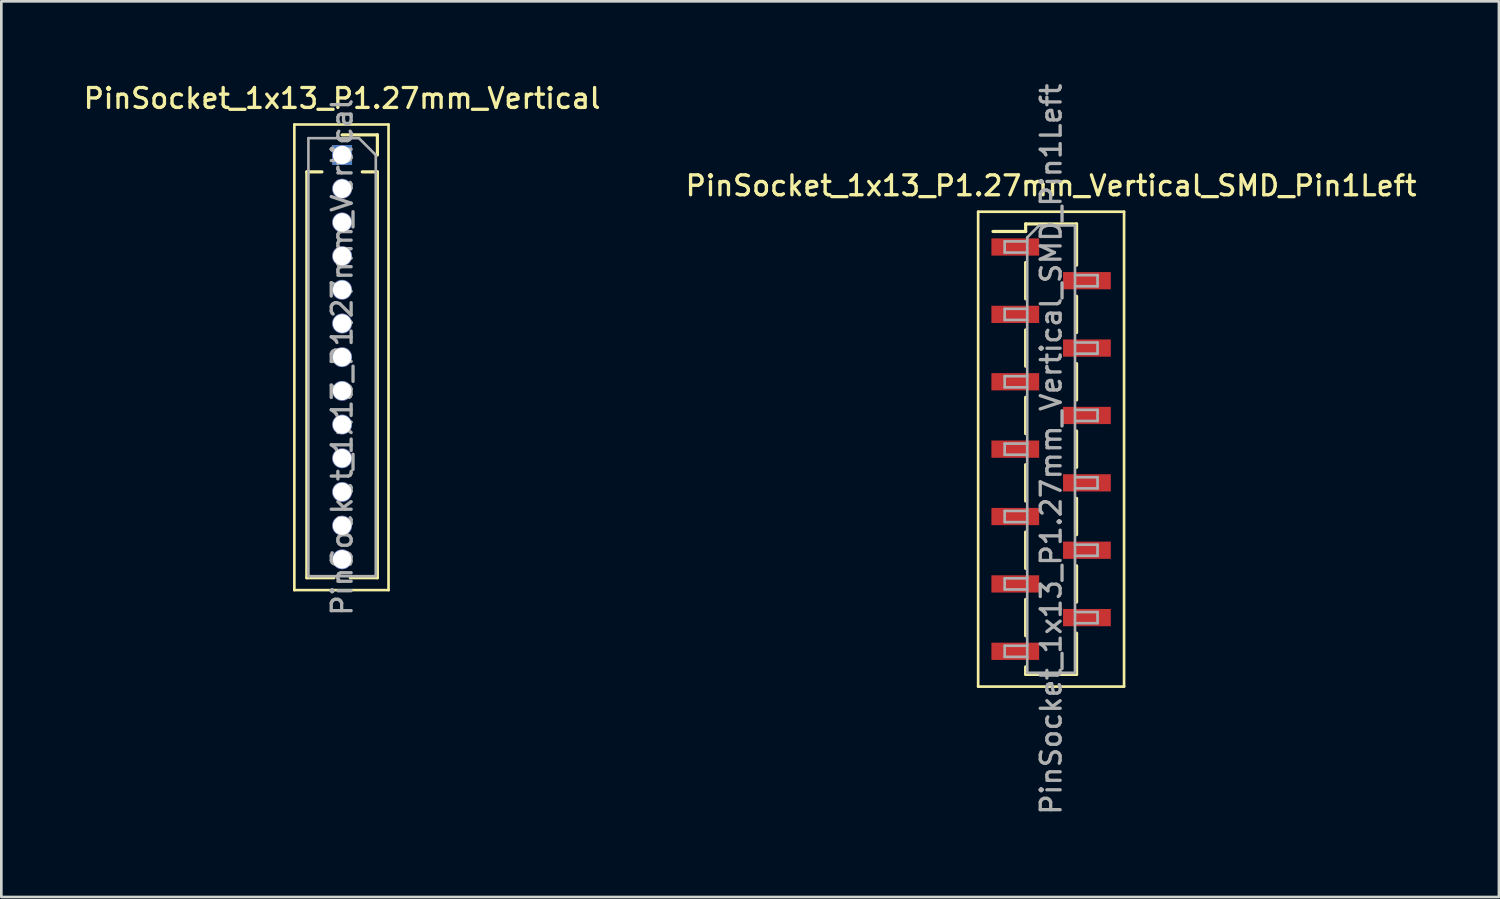
<source format=kicad_pcb>
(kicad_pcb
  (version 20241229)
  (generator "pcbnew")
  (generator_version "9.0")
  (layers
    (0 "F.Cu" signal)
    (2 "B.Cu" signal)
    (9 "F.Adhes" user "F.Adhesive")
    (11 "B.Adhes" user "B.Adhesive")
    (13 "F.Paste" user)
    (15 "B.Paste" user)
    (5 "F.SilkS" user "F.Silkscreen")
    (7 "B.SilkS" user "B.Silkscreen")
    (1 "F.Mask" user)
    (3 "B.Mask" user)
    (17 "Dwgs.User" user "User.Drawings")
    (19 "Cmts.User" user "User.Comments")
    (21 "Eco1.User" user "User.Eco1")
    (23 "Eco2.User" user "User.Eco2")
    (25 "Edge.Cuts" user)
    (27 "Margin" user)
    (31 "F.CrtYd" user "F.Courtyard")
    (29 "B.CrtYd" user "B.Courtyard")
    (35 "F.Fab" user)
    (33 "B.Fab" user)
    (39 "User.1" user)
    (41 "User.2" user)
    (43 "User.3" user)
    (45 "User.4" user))
  (footprint "PinSocket_1x13_P1.27mm_Vertical"
    (layer "F.Cu")
    (at 9.845 2.793)
    (property "Reference" "PinSocket_1x13_P1.27mm_Vertical" (at 0 -2.135 0) (layer "F.SilkS") (effects (font (size 0.75 0.75) (thickness 0.125))))
    (attr through_hole)
    (fp_line (start -1.8 -1.15) (end 1.75 -1.15) (stroke (width 0.1) (type solid)) (layer "F.SilkS"))
    (fp_line (start -1.8 16.4) (end -1.8 -1.15) (stroke (width 0.1) (type solid)) (layer "F.SilkS"))
    (fp_line (start -1.33 0.635) (end -1.33 15.935) (stroke (width 0.12) (type solid)) (layer "F.SilkS"))
    (fp_line (start -1.33 0.635) (end -0.76 0.635) (stroke (width 0.12) (type solid)) (layer "F.SilkS"))
    (fp_line (start -1.33 15.935) (end -0.308 15.935) (stroke (width 0.12) (type solid)) (layer "F.SilkS"))
    (fp_line (start 0 -0.76) (end 1.33 -0.76) (stroke (width 0.12) (type solid)) (layer "F.SilkS"))
    (fp_line (start 0.308 15.935) (end 1.33 15.935) (stroke (width 0.12) (type solid)) (layer "F.SilkS"))
    (fp_line (start 0.76 0.635) (end 1.33 0.635) (stroke (width 0.12) (type solid)) (layer "F.SilkS"))
    (fp_line (start 1.33 -0.76) (end 1.33 0) (stroke (width 0.12) (type solid)) (layer "F.SilkS"))
    (fp_line (start 1.33 0.635) (end 1.33 15.935) (stroke (width 0.12) (type solid)) (layer "F.SilkS"))
    (fp_line (start 1.75 -1.15) (end 1.75 16.4) (stroke (width 0.1) (type solid)) (layer "F.SilkS"))
    (fp_line (start 1.75 16.4) (end -1.8 16.4) (stroke (width 0.1) (type solid)) (layer "F.SilkS"))
    (fp_line (start -1.27 -0.635) (end 0.635 -0.635) (stroke (width 0.1) (type solid)) (layer "F.Fab"))
    (fp_line (start -1.27 15.875) (end -1.27 -0.635) (stroke (width 0.1) (type solid)) (layer "F.Fab"))
    (fp_line (start 0.635 -0.635) (end 1.27 0) (stroke (width 0.1) (type solid)) (layer "F.Fab"))
    (fp_line (start 1.27 0) (end 1.27 15.875) (stroke (width 0.1) (type solid)) (layer "F.Fab"))
    (fp_line (start 1.27 15.875) (end -1.27 15.875) (stroke (width 0.1) (type solid)) (layer "F.Fab"))
    (fp_text user "${REFERENCE}" (at 0 7.62 90) (layer "F.Fab") (effects (font (size 0.75 0.75) (thickness 0.125))))
    (pad "1" thru_hole rect (at 0 0) (size 0.75 0.75) (drill 0.7) (layers "*.Cu" "*.Mask"))
    (pad "2" thru_hole oval (at 0 1.27) (size 0.75 0.75) (drill 0.7) (layers "*.Cu" "*.Mask"))
    (pad "3" thru_hole oval (at 0 2.54) (size 0.75 0.75) (drill 0.7) (layers "*.Cu" "*.Mask"))
    (pad "4" thru_hole oval (at 0 3.81) (size 0.75 0.75) (drill 0.7) (layers "*.Cu" "*.Mask"))
    (pad "5" thru_hole oval (at 0 5.08) (size 0.75 0.75) (drill 0.7) (layers "*.Cu" "*.Mask"))
    (pad "6" thru_hole oval (at 0 6.35) (size 0.75 0.75) (drill 0.7) (layers "*.Cu" "*.Mask"))
    (pad "7" thru_hole oval (at 0 7.62) (size 0.75 0.75) (drill 0.7) (layers "*.Cu" "*.Mask"))
    (pad "8" thru_hole oval (at 0 8.89) (size 0.75 0.75) (drill 0.7) (layers "*.Cu" "*.Mask"))
    (pad "9" thru_hole oval (at 0 10.16) (size 0.75 0.75) (drill 0.7) (layers "*.Cu" "*.Mask"))
    (pad "10" thru_hole oval (at 0 11.43) (size 0.75 0.75) (drill 0.7) (layers "*.Cu" "*.Mask"))
    (pad "11" thru_hole oval (at 0 12.7) (size 0.75 0.75) (drill 0.7) (layers "*.Cu" "*.Mask"))
    (pad "12" thru_hole oval (at 0 13.97) (size 0.75 0.75) (drill 0.7) (layers "*.Cu" "*.Mask"))
    (pad "13" thru_hole oval (at 0 15.24) (size 0.75 0.75) (drill 0.7) (layers "*.Cu" "*.Mask")))
  (footprint "PinSocket_1x13_P1.27mm_Vertical_SMD_Pin1Left"
    (layer "F.Cu")
    (at 36.57 13.88)
    (property "Reference" "PinSocket_1x13_P1.27mm_Vertical_SMD_Pin1Left" (at 0 -9.93 0) (layer "F.SilkS") (effects (font (size 0.75 0.75) (thickness 0.125))))
    (attr smd)
    (fp_line (start -2.75 -8.95) (end 2.75 -8.95) (stroke (width 0.1) (type solid)) (layer "F.SilkS"))
    (fp_line (start -2.75 8.95) (end -2.75 -8.95) (stroke (width 0.1) (type solid)) (layer "F.SilkS"))
    (fp_line (start -2.19 -8.205) (end -0.96 -8.205) (stroke (width 0.12) (type solid)) (layer "F.SilkS"))
    (fp_line (start -0.96 -8.49) (end -0.96 -8.205) (stroke (width 0.12) (type solid)) (layer "F.SilkS"))
    (fp_line (start -0.96 -8.49) (end 0.96 -8.49) (stroke (width 0.12) (type solid)) (layer "F.SilkS"))
    (fp_line (start -0.96 -7.035) (end -0.96 -5.665) (stroke (width 0.12) (type solid)) (layer "F.SilkS"))
    (fp_line (start -0.96 -4.495) (end -0.96 -3.125) (stroke (width 0.12) (type solid)) (layer "F.SilkS"))
    (fp_line (start -0.96 -1.955) (end -0.96 -0.585) (stroke (width 0.12) (type solid)) (layer "F.SilkS"))
    (fp_line (start -0.96 0.585) (end -0.96 1.955) (stroke (width 0.12) (type solid)) (layer "F.SilkS"))
    (fp_line (start -0.96 3.125) (end -0.96 4.495) (stroke (width 0.12) (type solid)) (layer "F.SilkS"))
    (fp_line (start -0.96 5.665) (end -0.96 7.035) (stroke (width 0.12) (type solid)) (layer "F.SilkS"))
    (fp_line (start -0.96 8.205) (end -0.96 8.49) (stroke (width 0.12) (type solid)) (layer "F.SilkS"))
    (fp_line (start -0.96 8.49) (end 0.96 8.49) (stroke (width 0.12) (type solid)) (layer "F.SilkS"))
    (fp_line (start 0.96 -8.49) (end 0.96 -6.935) (stroke (width 0.12) (type solid)) (layer "F.SilkS"))
    (fp_line (start 0.96 -5.765) (end 0.96 -4.395) (stroke (width 0.12) (type solid)) (layer "F.SilkS"))
    (fp_line (start 0.96 -3.225) (end 0.96 -1.855) (stroke (width 0.12) (type solid)) (layer "F.SilkS"))
    (fp_line (start 0.96 -0.685) (end 0.96 0.685) (stroke (width 0.12) (type solid)) (layer "F.SilkS"))
    (fp_line (start 0.96 1.855) (end 0.96 3.225) (stroke (width 0.12) (type solid)) (layer "F.SilkS"))
    (fp_line (start 0.96 4.395) (end 0.96 5.765) (stroke (width 0.12) (type solid)) (layer "F.SilkS"))
    (fp_line (start 0.96 6.935) (end 0.96 8.49) (stroke (width 0.12) (type solid)) (layer "F.SilkS"))
    (fp_line (start 2.75 -8.95) (end 2.75 8.95) (stroke (width 0.1) (type solid)) (layer "F.SilkS"))
    (fp_line (start 2.75 8.95) (end -2.75 8.95) (stroke (width 0.1) (type solid)) (layer "F.SilkS"))
    (fp_line (start -1.75 -7.83) (end -0.9 -7.83) (stroke (width 0.1) (type solid)) (layer "F.Fab"))
    (fp_line (start -1.75 -7.41) (end -1.75 -7.83) (stroke (width 0.1) (type solid)) (layer "F.Fab"))
    (fp_line (start -1.75 -5.29) (end -0.9 -5.29) (stroke (width 0.1) (type solid)) (layer "F.Fab"))
    (fp_line (start -1.75 -4.87) (end -1.75 -5.29) (stroke (width 0.1) (type solid)) (layer "F.Fab"))
    (fp_line (start -1.75 -2.75) (end -0.9 -2.75) (stroke (width 0.1) (type solid)) (layer "F.Fab"))
    (fp_line (start -1.75 -2.33) (end -1.75 -2.75) (stroke (width 0.1) (type solid)) (layer "F.Fab"))
    (fp_line (start -1.75 -0.21) (end -0.9 -0.21) (stroke (width 0.1) (type solid)) (layer "F.Fab"))
    (fp_line (start -1.75 0.21) (end -1.75 -0.21) (stroke (width 0.1) (type solid)) (layer "F.Fab"))
    (fp_line (start -1.75 2.33) (end -0.9 2.33) (stroke (width 0.1) (type solid)) (layer "F.Fab"))
    (fp_line (start -1.75 2.75) (end -1.75 2.33) (stroke (width 0.1) (type solid)) (layer "F.Fab"))
    (fp_line (start -1.75 4.87) (end -0.9 4.87) (stroke (width 0.1) (type solid)) (layer "F.Fab"))
    (fp_line (start -1.75 5.29) (end -1.75 4.87) (stroke (width 0.1) (type solid)) (layer "F.Fab"))
    (fp_line (start -1.75 7.41) (end -0.9 7.41) (stroke (width 0.1) (type solid)) (layer "F.Fab"))
    (fp_line (start -1.75 7.83) (end -1.75 7.41) (stroke (width 0.1) (type solid)) (layer "F.Fab"))
    (fp_line (start -0.9 -7.98) (end -0.45 -8.43) (stroke (width 0.1) (type solid)) (layer "F.Fab"))
    (fp_line (start -0.9 -7.41) (end -1.75 -7.41) (stroke (width 0.1) (type solid)) (layer "F.Fab"))
    (fp_line (start -0.9 -4.87) (end -1.75 -4.87) (stroke (width 0.1) (type solid)) (layer "F.Fab"))
    (fp_line (start -0.9 -2.33) (end -1.75 -2.33) (stroke (width 0.1) (type solid)) (layer "F.Fab"))
    (fp_line (start -0.9 0.21) (end -1.75 0.21) (stroke (width 0.1) (type solid)) (layer "F.Fab"))
    (fp_line (start -0.9 2.75) (end -1.75 2.75) (stroke (width 0.1) (type solid)) (layer "F.Fab"))
    (fp_line (start -0.9 5.29) (end -1.75 5.29) (stroke (width 0.1) (type solid)) (layer "F.Fab"))
    (fp_line (start -0.9 7.83) (end -1.75 7.83) (stroke (width 0.1) (type solid)) (layer "F.Fab"))
    (fp_line (start -0.9 8.43) (end -0.9 -7.98) (stroke (width 0.1) (type solid)) (layer "F.Fab"))
    (fp_line (start -0.45 -8.43) (end 0.9 -8.43) (stroke (width 0.1) (type solid)) (layer "F.Fab"))
    (fp_line (start 0.9 -8.43) (end 0.9 8.43) (stroke (width 0.1) (type solid)) (layer "F.Fab"))
    (fp_line (start 0.9 -6.56) (end 1.75 -6.56) (stroke (width 0.1) (type solid)) (layer "F.Fab"))
    (fp_line (start 0.9 -4.02) (end 1.75 -4.02) (stroke (width 0.1) (type solid)) (layer "F.Fab"))
    (fp_line (start 0.9 -1.48) (end 1.75 -1.48) (stroke (width 0.1) (type solid)) (layer "F.Fab"))
    (fp_line (start 0.9 1.06) (end 1.75 1.06) (stroke (width 0.1) (type solid)) (layer "F.Fab"))
    (fp_line (start 0.9 3.6) (end 1.75 3.6) (stroke (width 0.1) (type solid)) (layer "F.Fab"))
    (fp_line (start 0.9 6.14) (end 1.75 6.14) (stroke (width 0.1) (type solid)) (layer "F.Fab"))
    (fp_line (start 0.9 8.43) (end -0.9 8.43) (stroke (width 0.1) (type solid)) (layer "F.Fab"))
    (fp_line (start 1.75 -6.56) (end 1.75 -6.14) (stroke (width 0.1) (type solid)) (layer "F.Fab"))
    (fp_line (start 1.75 -6.14) (end 0.9 -6.14) (stroke (width 0.1) (type solid)) (layer "F.Fab"))
    (fp_line (start 1.75 -4.02) (end 1.75 -3.6) (stroke (width 0.1) (type solid)) (layer "F.Fab"))
    (fp_line (start 1.75 -3.6) (end 0.9 -3.6) (stroke (width 0.1) (type solid)) (layer "F.Fab"))
    (fp_line (start 1.75 -1.48) (end 1.75 -1.06) (stroke (width 0.1) (type solid)) (layer "F.Fab"))
    (fp_line (start 1.75 -1.06) (end 0.9 -1.06) (stroke (width 0.1) (type solid)) (layer "F.Fab"))
    (fp_line (start 1.75 1.06) (end 1.75 1.48) (stroke (width 0.1) (type solid)) (layer "F.Fab"))
    (fp_line (start 1.75 1.48) (end 0.9 1.48) (stroke (width 0.1) (type solid)) (layer "F.Fab"))
    (fp_line (start 1.75 3.6) (end 1.75 4.02) (stroke (width 0.1) (type solid)) (layer "F.Fab"))
    (fp_line (start 1.75 4.02) (end 0.9 4.02) (stroke (width 0.1) (type solid)) (layer "F.Fab"))
    (fp_line (start 1.75 6.14) (end 1.75 6.56) (stroke (width 0.1) (type solid)) (layer "F.Fab"))
    (fp_line (start 1.75 6.56) (end 0.9 6.56) (stroke (width 0.1) (type solid)) (layer "F.Fab"))
    (fp_text user "${REFERENCE}" (at 0 0 90) (layer "F.Fab") (effects (font (size 0.75 0.75) (thickness 0.125))))
    (pad "1" smd rect (at -1.35 -7.62) (size 1.8 0.65) (layers "F.Cu" "F.Mask" "F.Paste"))
    (pad "2" smd rect (at 1.35 -6.35) (size 1.8 0.65) (layers "F.Cu" "F.Mask" "F.Paste"))
    (pad "3" smd rect (at -1.35 -5.08) (size 1.8 0.65) (layers "F.Cu" "F.Mask" "F.Paste"))
    (pad "4" smd rect (at 1.35 -3.81) (size 1.8 0.65) (layers "F.Cu" "F.Mask" "F.Paste"))
    (pad "5" smd rect (at -1.35 -2.54) (size 1.8 0.65) (layers "F.Cu" "F.Mask" "F.Paste"))
    (pad "6" smd rect (at 1.35 -1.27) (size 1.8 0.65) (layers "F.Cu" "F.Mask" "F.Paste"))
    (pad "7" smd rect (at -1.35 0) (size 1.8 0.65) (layers "F.Cu" "F.Mask" "F.Paste"))
    (pad "8" smd rect (at 1.35 1.27) (size 1.8 0.65) (layers "F.Cu" "F.Mask" "F.Paste"))
    (pad "9" smd rect (at -1.35 2.54) (size 1.8 0.65) (layers "F.Cu" "F.Mask" "F.Paste"))
    (pad "10" smd rect (at 1.35 3.81) (size 1.8 0.65) (layers "F.Cu" "F.Mask" "F.Paste"))
    (pad "11" smd rect (at -1.35 5.08) (size 1.8 0.65) (layers "F.Cu" "F.Mask" "F.Paste"))
    (pad "12" smd rect (at 1.35 6.35) (size 1.8 0.65) (layers "F.Cu" "F.Mask" "F.Paste"))
    (pad "13" smd rect (at -1.35 7.62) (size 1.8 0.65) (layers "F.Cu" "F.Mask" "F.Paste")))
  (gr_rect
    (start -3 -3)
    (end 53.45 30.761)
    (stroke (width 0.1) (type default))
    (fill no)
    (layer "Edge.Cuts")))
</source>
